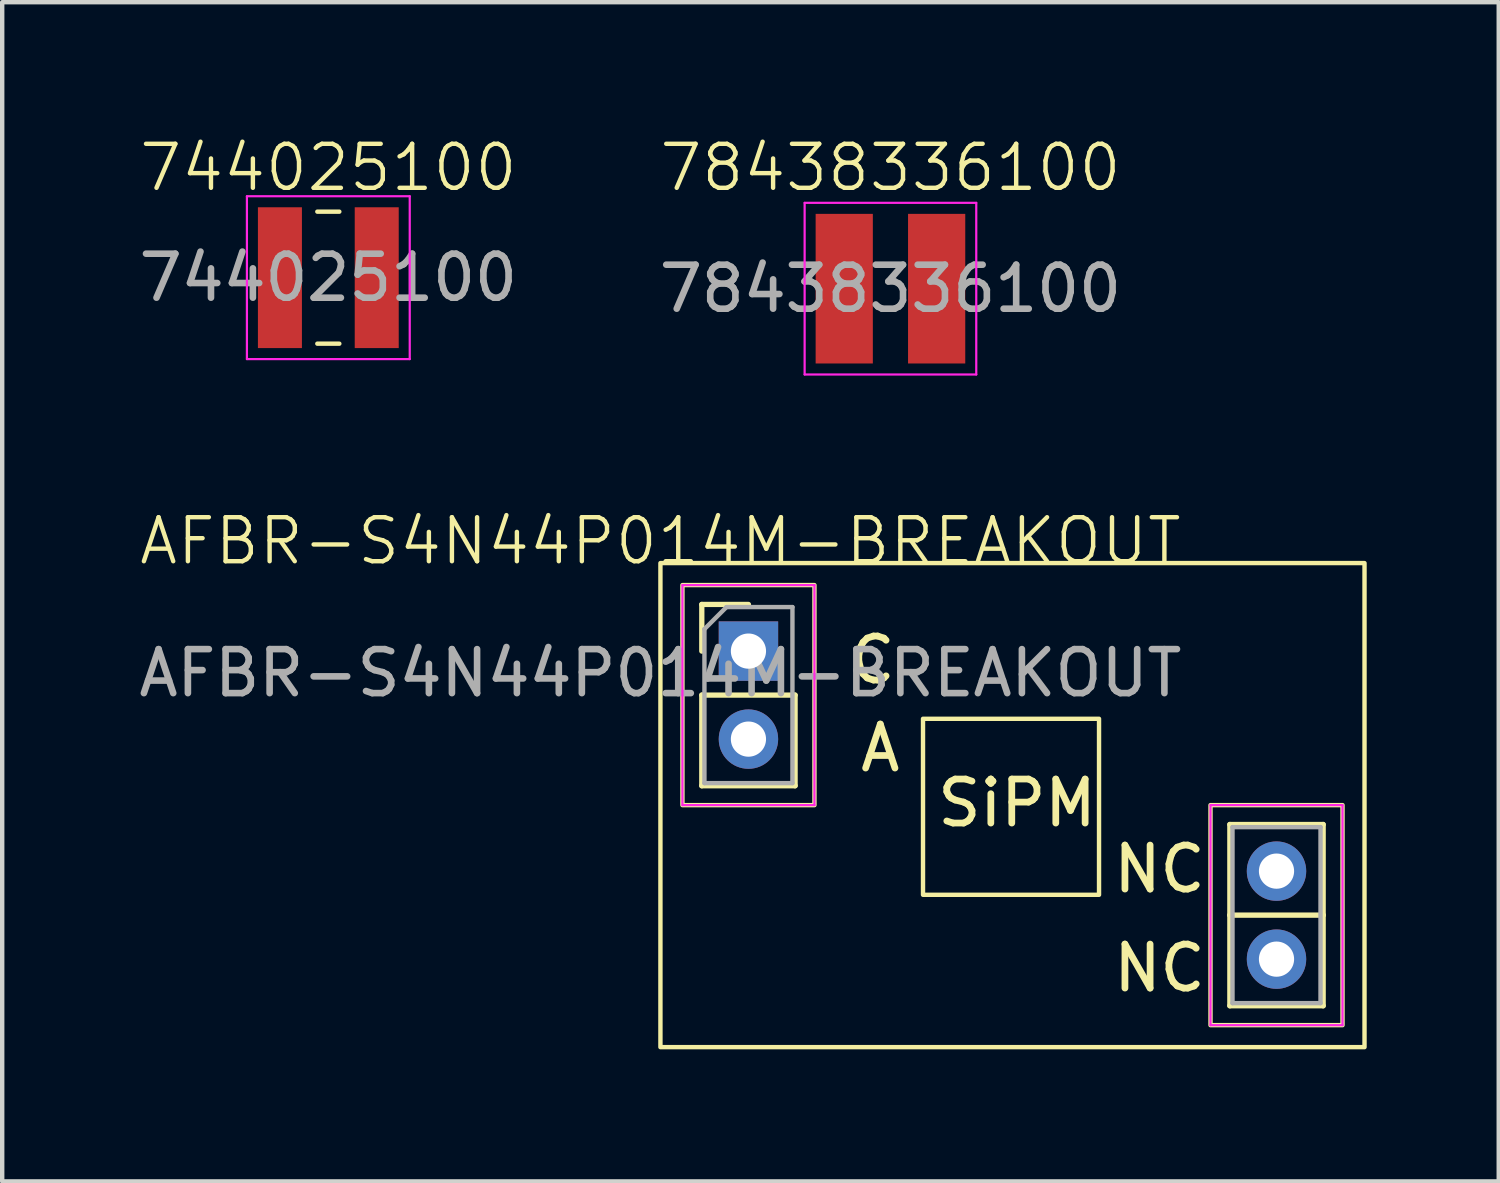
<source format=kicad_pcb>
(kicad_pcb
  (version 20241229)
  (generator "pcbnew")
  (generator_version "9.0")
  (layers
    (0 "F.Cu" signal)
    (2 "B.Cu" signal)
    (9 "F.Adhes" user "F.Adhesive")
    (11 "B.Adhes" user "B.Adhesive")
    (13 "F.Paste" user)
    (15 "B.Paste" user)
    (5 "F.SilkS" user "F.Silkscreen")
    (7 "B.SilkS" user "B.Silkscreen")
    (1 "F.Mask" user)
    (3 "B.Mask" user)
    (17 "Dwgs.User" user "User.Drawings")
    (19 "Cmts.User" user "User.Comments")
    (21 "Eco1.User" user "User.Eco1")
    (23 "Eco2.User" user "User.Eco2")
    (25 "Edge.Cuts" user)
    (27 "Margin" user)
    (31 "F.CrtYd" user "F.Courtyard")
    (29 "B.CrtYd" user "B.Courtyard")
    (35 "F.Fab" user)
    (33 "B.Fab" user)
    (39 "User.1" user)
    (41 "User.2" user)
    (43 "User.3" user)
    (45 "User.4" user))
  (footprint "AFBR-S4N44P014M-BREAKOUT"
    (layer "F.Cu")
    (at 19.925 15.284)
    (property "Reference" "AFBR-S4N44P014M-BREAKOUT" (at -7.967 -6.038 0) (unlocked yes) (layer "F.SilkS") (effects (font (size 1 1) (thickness 0.1))))
    (attr smd)
    (fp_line (start -7.027 -4.598) (end -5.967 -4.598) (stroke (width 0.12) (type solid)) (layer "F.SilkS"))
    (fp_line (start -7.027 -3.538) (end -7.027 -4.598) (stroke (width 0.12) (type solid)) (layer "F.SilkS"))
    (fp_line (start -7.027 -2.538) (end -7.027 -0.478) (stroke (width 0.12) (type solid)) (layer "F.SilkS"))
    (fp_line (start -7.027 -2.538) (end -4.907 -2.538) (stroke (width 0.12) (type solid)) (layer "F.SilkS"))
    (fp_line (start -7.027 -0.478) (end -4.907 -0.478) (stroke (width 0.12) (type solid)) (layer "F.SilkS"))
    (fp_line (start -4.907 -2.538) (end -4.907 -0.478) (stroke (width 0.12) (type solid)) (layer "F.SilkS"))
    (fp_line (start 4.973 0.402) (end 4.973 2.462) (stroke (width 0.12) (type solid)) (layer "F.SilkS"))
    (fp_line (start 4.973 0.402) (end 7.093 0.402) (stroke (width 0.12) (type solid)) (layer "F.SilkS"))
    (fp_line (start 4.973 2.462) (end 4.973 4.522) (stroke (width 0.12) (type solid)) (layer "F.SilkS"))
    (fp_line (start 4.973 2.462) (end 7.093 2.462) (stroke (width 0.12) (type solid)) (layer "F.SilkS"))
    (fp_line (start 4.973 4.522) (end 7.093 4.522) (stroke (width 0.12) (type solid)) (layer "F.SilkS"))
    (fp_line (start 7.093 0.402) (end 7.093 2.462) (stroke (width 0.12) (type solid)) (layer "F.SilkS"))
    (fp_line (start 7.093 2.462) (end 7.093 4.522) (stroke (width 0.12) (type solid)) (layer "F.SilkS"))
    (fp_rect (start -7.967 -5.538) (end 8.033 5.462) (stroke (width 0.1) (type default)) (fill no) (layer "F.SilkS"))
    (fp_rect (start -7.467 -5.038) (end -4.467 -0.038) (stroke (width 0.1) (type default)) (fill no) (layer "F.SilkS"))
    (fp_rect (start -2 -2) (end 2 2) (stroke (width 0.1) (type default)) (fill no) (layer "F.SilkS"))
    (fp_rect (start 4.533 -0.038) (end 7.533 4.962) (stroke (width 0.1) (type default)) (fill no) (layer "F.SilkS"))
    (fp_line (start -7.467 -5.038) (end -7.467 -0.038) (stroke (width 0.05) (type solid)) (layer "F.CrtYd"))
    (fp_line (start -7.467 -0.038) (end -4.467 -0.038) (stroke (width 0.05) (type solid)) (layer "F.CrtYd"))
    (fp_line (start -4.467 -5.038) (end -7.467 -5.038) (stroke (width 0.05) (type solid)) (layer "F.CrtYd"))
    (fp_line (start -4.467 -0.038) (end -4.467 -5.038) (stroke (width 0.05) (type solid)) (layer "F.CrtYd"))
    (fp_line (start 4.533 -0.038) (end 4.533 4.962) (stroke (width 0.05) (type solid)) (layer "F.CrtYd"))
    (fp_line (start 4.533 4.962) (end 7.533 4.962) (stroke (width 0.05) (type solid)) (layer "F.CrtYd"))
    (fp_line (start 7.533 -0.038) (end 4.533 -0.038) (stroke (width 0.05) (type solid)) (layer "F.CrtYd"))
    (fp_line (start 7.533 4.962) (end 7.533 -0.038) (stroke (width 0.05) (type solid)) (layer "F.CrtYd"))
    (fp_line (start -6.967 -4.038) (end -6.467 -4.538) (stroke (width 0.1) (type solid)) (layer "F.Fab"))
    (fp_line (start -6.967 -0.538) (end -6.967 -4.038) (stroke (width 0.1) (type solid)) (layer "F.Fab"))
    (fp_line (start -6.467 -4.538) (end -4.967 -4.538) (stroke (width 0.1) (type solid)) (layer "F.Fab"))
    (fp_line (start -4.967 -4.538) (end -4.967 -0.538) (stroke (width 0.1) (type solid)) (layer "F.Fab"))
    (fp_line (start -4.967 -0.538) (end -6.967 -0.538) (stroke (width 0.1) (type solid)) (layer "F.Fab"))
    (fp_line (start 5.033 0.462) (end 7.033 0.462) (stroke (width 0.1) (type solid)) (layer "F.Fab"))
    (fp_line (start 5.033 4.462) (end 5.033 0.462) (stroke (width 0.1) (type solid)) (layer "F.Fab"))
    (fp_line (start 7.033 0.462) (end 7.033 4.462) (stroke (width 0.1) (type solid)) (layer "F.Fab"))
    (fp_line (start 7.033 4.462) (end 5.033 4.462) (stroke (width 0.1) (type solid)) (layer "F.Fab"))
    (fp_text user "NC" (at 2.25 2 0) (unlocked yes) (layer "F.SilkS") (effects (font (size 1 1) (thickness 0.153)) (justify left bottom)))
    (fp_text user "SiPM" (at -1.75 0.5 0) (unlocked yes) (layer "F.SilkS") (effects (font (size 1 1) (thickness 0.153)) (justify left bottom)))
    (fp_text user "A" (at -3.5 -0.75 0) (unlocked yes) (layer "F.SilkS") (effects (font (size 1 1) (thickness 0.153)) (justify left bottom)))
    (fp_text user "NC" (at 2.25 4.25 0) (unlocked yes) (layer "F.SilkS") (effects (font (size 1 1) (thickness 0.153)) (justify left bottom)))
    (fp_text user "C" (at -3.75 -2.75 0) (unlocked yes) (layer "F.SilkS") (effects (font (size 1 1) (thickness 0.153)) (justify left bottom)))
    (fp_text user "${REFERENCE}" (at -7.967 -3.038 0) (unlocked yes) (layer "F.Fab") (effects (font (size 1 1) (thickness 0.15))))
    (pad "1" thru_hole rect (at -5.967 -3.538) (size 1.35 1.35) (drill 0.8) (layers "*.Cu" "*.Mask"))
    (pad "2" thru_hole oval (at -5.967 -1.538) (size 1.35 1.35) (drill 0.8) (layers "*.Cu" "*.Mask"))
    (pad "3" thru_hole circle (at 6.033 1.462 90) (size 1.35 1.35) (drill 0.8) (layers "*.Cu" "*.Mask"))
    (pad "4" thru_hole oval (at 6.033 3.462) (size 1.35 1.35) (drill 0.8) (layers "*.Cu" "*.Mask")))
  (footprint "78438336100"
    (layer "F.Cu")
    (at 17.185 3.51)
    (property "Reference" "78438336100" (at 0 -2.75 0) (unlocked yes) (layer "F.SilkS") (effects (font (size 1 1) (thickness 0.1))))
    (attr smd)
    (fp_line (start -1.95 1.95) (end -1.95 -1.95) (stroke (width 0.05) (type solid)) (layer "F.CrtYd"))
    (fp_line (start 1.95 -1.95) (end -1.95 -1.95) (stroke (width 0.05) (type solid)) (layer "F.CrtYd"))
    (fp_line (start 1.95 1.95) (end -1.95 1.95) (stroke (width 0.05) (type solid)) (layer "F.CrtYd"))
    (fp_line (start 1.95 1.95) (end 1.95 -1.95) (stroke (width 0.05) (type solid)) (layer "F.CrtYd"))
    (fp_text user "${REFERENCE}" (at 0 0 0) (unlocked yes) (layer "F.Fab") (effects (font (size 1 1) (thickness 0.15))))
    (pad "1" smd rect (at -1.05 0) (size 1.3 3.4) (layers "F.Cu" "F.Mask" "F.Paste"))
    (pad "2" smd rect (at 1.05 0) (size 1.3 3.4) (layers "F.Cu" "F.Mask" "F.Paste")))
  (footprint "744025100"
    (layer "F.Cu")
    (at 4.411 3.26)
    (property "Reference" "744025100" (at 0 -2.5 0) (unlocked yes) (layer "F.SilkS") (effects (font (size 1 1) (thickness 0.1))))
    (attr smd)
    (fp_line (start -0.25 1.5) (end 0.25 1.5) (stroke (width 0.1) (type default)) (layer "F.SilkS"))
    (fp_line (start 0.25 -1.5) (end -0.25 -1.5) (stroke (width 0.1) (type default)) (layer "F.SilkS"))
    (fp_line (start -1.85 -1.85) (end 1.85 -1.85) (stroke (width 0.05) (type default)) (layer "F.CrtYd"))
    (fp_line (start -1.85 1.85) (end -1.85 -1.85) (stroke (width 0.05) (type default)) (layer "F.CrtYd"))
    (fp_line (start 1.85 -1.85) (end 1.85 1.85) (stroke (width 0.05) (type default)) (layer "F.CrtYd"))
    (fp_line (start 1.85 1.85) (end -1.85 1.85) (stroke (width 0.05) (type default)) (layer "F.CrtYd"))
    (fp_text user "${REFERENCE}" (at 0 0 0) (unlocked yes) (layer "F.Fab") (effects (font (size 1 1) (thickness 0.15))))
    (pad "1" smd rect (at -1.1 0) (size 1 3.2) (layers "F.Cu" "F.Mask" "F.Paste"))
    (pad "2" smd rect (at 1.1 0) (size 1 3.2) (layers "F.Cu" "F.Mask" "F.Paste")))
  (gr_rect
    (start -3 -3)
    (end 31.008 23.796)
    (stroke (width 0.1) (type default))
    (fill no)
    (layer "Edge.Cuts")))
</source>
